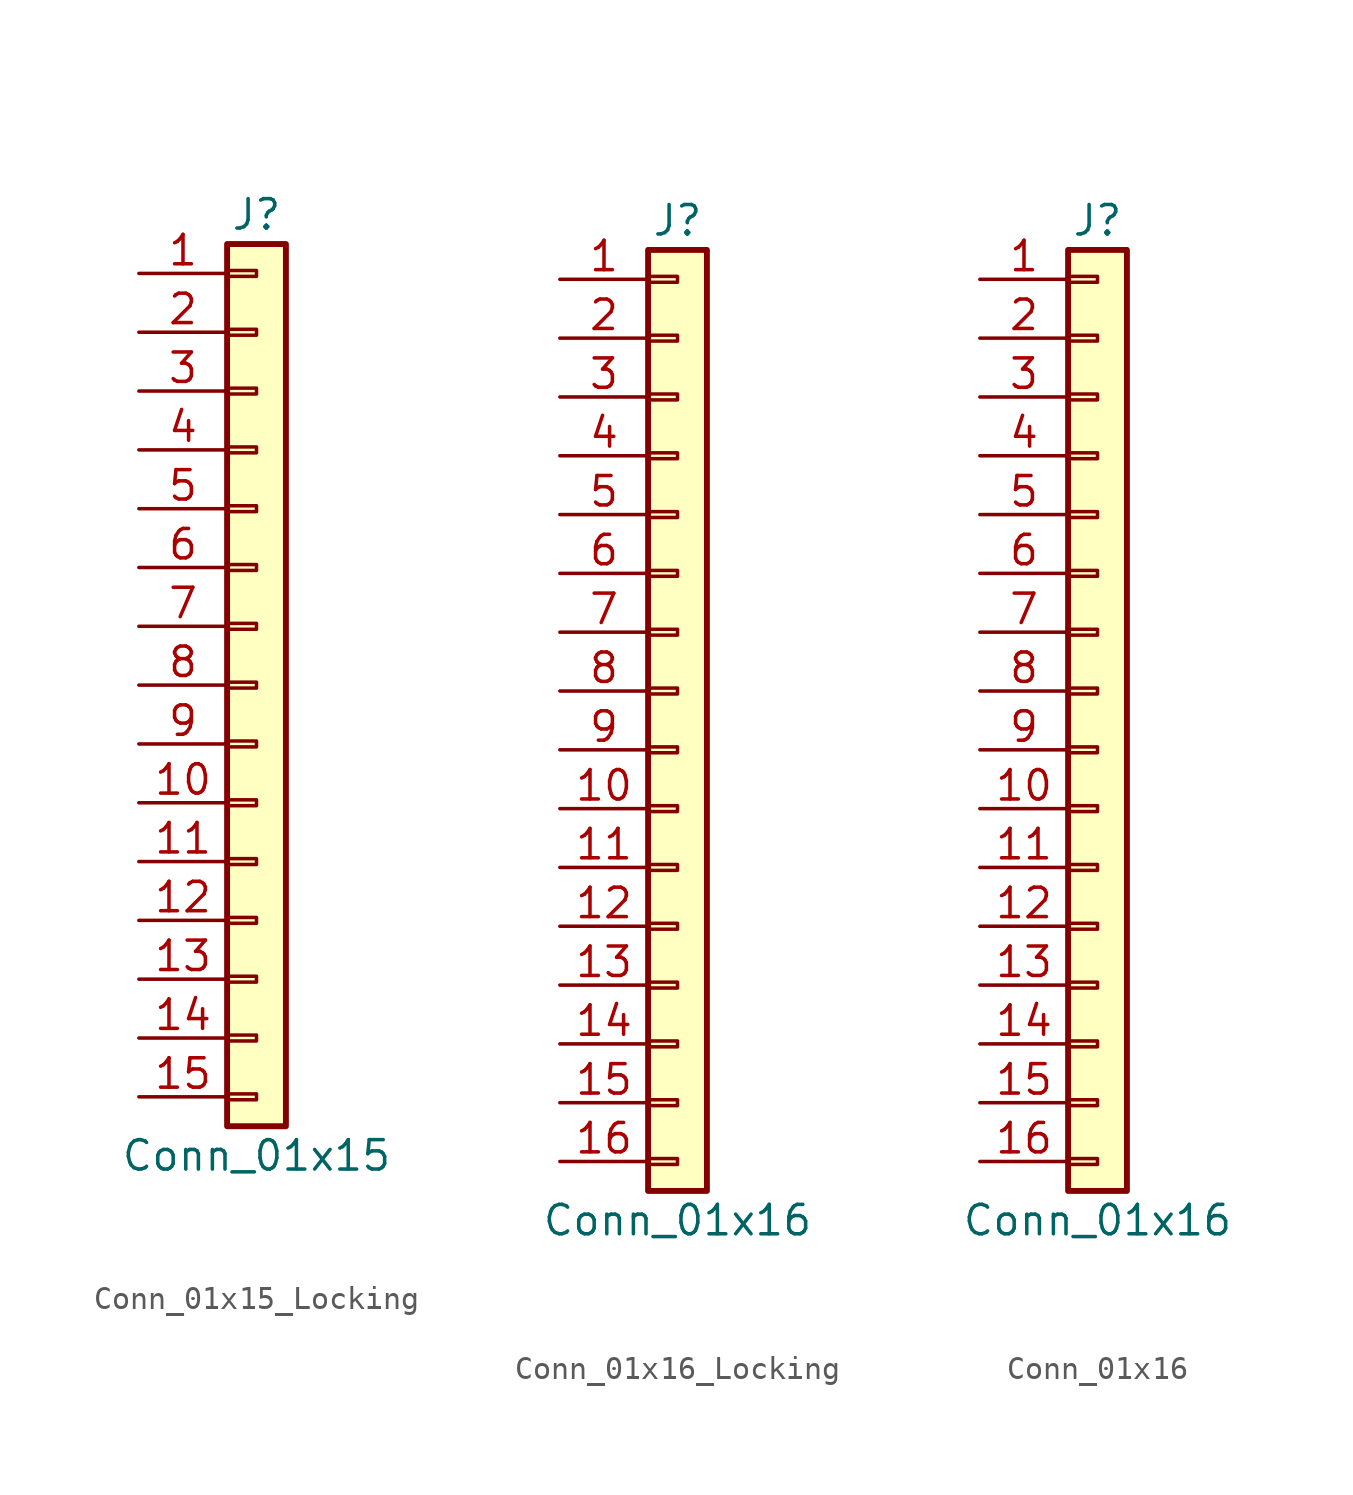
<source format=kicad_sym>
(kicad_symbol_lib
  (version 20241209)
  (generator "kicad_symbol_editor")
  (generator_version "9.0")
  (symbol "Conn_01x15_Locking"
    (pin_names
      (offset 1.016)
      (hide yes))
    (property "Reference" "J"
      (at 0 20.32 0)
      (effects (font (size 1.27 1.27))))
    (property "Value" "Conn_01x15"
      (at 0 -20.32 0)
      (effects (font (size 1.27 1.27))))
    (symbol "Conn_01x15_Locking_1_1"
      (rectangle (start -1.27 19.05) (end 1.27 -19.05) (stroke (width 0.254) (type default)) (fill (type background)))
      (rectangle (start -1.27 17.907) (end 0 17.653) (stroke (width 0.152) (type default)) (fill (type none)))
      (rectangle (start -1.27 15.367) (end 0 15.113) (stroke (width 0.152) (type default)) (fill (type none)))
      (rectangle (start -1.27 12.827) (end 0 12.573) (stroke (width 0.152) (type default)) (fill (type none)))
      (rectangle (start -1.27 10.287) (end 0 10.033) (stroke (width 0.152) (type default)) (fill (type none)))
      (rectangle (start -1.27 7.747) (end 0 7.493) (stroke (width 0.152) (type default)) (fill (type none)))
      (rectangle (start -1.27 5.207) (end 0 4.953) (stroke (width 0.152) (type default)) (fill (type none)))
      (rectangle (start -1.27 2.667) (end 0 2.413) (stroke (width 0.152) (type default)) (fill (type none)))
      (rectangle (start -1.27 0.127) (end 0 -0.127) (stroke (width 0.152) (type default)) (fill (type none)))
      (rectangle (start -1.27 -2.413) (end 0 -2.667) (stroke (width 0.152) (type default)) (fill (type none)))
      (rectangle (start -1.27 -4.953) (end 0 -5.207) (stroke (width 0.152) (type default)) (fill (type none)))
      (rectangle (start -1.27 -7.493) (end 0 -7.747) (stroke (width 0.152) (type default)) (fill (type none)))
      (rectangle (start -1.27 -10.033) (end 0 -10.287) (stroke (width 0.152) (type default)) (fill (type none)))
      (rectangle (start -1.27 -12.573) (end 0 -12.827) (stroke (width 0.152) (type default)) (fill (type none)))
      (rectangle (start -1.27 -15.113) (end 0 -15.367) (stroke (width 0.152) (type default)) (fill (type none)))
      (rectangle (start -1.27 -17.653) (end 0 -17.907) (stroke (width 0.152) (type default)) (fill (type none)))
      (pin passive line (at -5.08 17.78 0) (length 3.81) (name "Pin_1" (effects (font (size 1.27 1.27)))) (number "1" (effects (font (size 1.27 1.27)))))
      (pin passive line (at -5.08 15.24 0) (length 3.81) (name "Pin_2" (effects (font (size 1.27 1.27)))) (number "2" (effects (font (size 1.27 1.27)))))
      (pin passive line (at -5.08 12.7 0) (length 3.81) (name "Pin_3" (effects (font (size 1.27 1.27)))) (number "3" (effects (font (size 1.27 1.27)))))
      (pin passive line (at -5.08 10.16 0) (length 3.81) (name "Pin_4" (effects (font (size 1.27 1.27)))) (number "4" (effects (font (size 1.27 1.27)))))
      (pin passive line (at -5.08 7.62 0) (length 3.81) (name "Pin_5" (effects (font (size 1.27 1.27)))) (number "5" (effects (font (size 1.27 1.27)))))
      (pin passive line (at -5.08 5.08 0) (length 3.81) (name "Pin_6" (effects (font (size 1.27 1.27)))) (number "6" (effects (font (size 1.27 1.27)))))
      (pin passive line (at -5.08 2.54 0) (length 3.81) (name "Pin_7" (effects (font (size 1.27 1.27)))) (number "7" (effects (font (size 1.27 1.27)))))
      (pin passive line (at -5.08 0 0) (length 3.81) (name "Pin_8" (effects (font (size 1.27 1.27)))) (number "8" (effects (font (size 1.27 1.27)))))
      (pin passive line (at -5.08 -2.54 0) (length 3.81) (name "Pin_9" (effects (font (size 1.27 1.27)))) (number "9" (effects (font (size 1.27 1.27)))))
      (pin passive line (at -5.08 -5.08 0) (length 3.81) (name "Pin_10" (effects (font (size 1.27 1.27)))) (number "10" (effects (font (size 1.27 1.27)))))
      (pin passive line (at -5.08 -7.62 0) (length 3.81) (name "Pin_11" (effects (font (size 1.27 1.27)))) (number "11" (effects (font (size 1.27 1.27)))))
      (pin passive line (at -5.08 -10.16 0) (length 3.81) (name "Pin_12" (effects (font (size 1.27 1.27)))) (number "12" (effects (font (size 1.27 1.27)))))
      (pin passive line (at -5.08 -12.7 0) (length 3.81) (name "Pin_13" (effects (font (size 1.27 1.27)))) (number "13" (effects (font (size 1.27 1.27)))))
      (pin passive line (at -5.08 -15.24 0) (length 3.81) (name "Pin_14" (effects (font (size 1.27 1.27)))) (number "14" (effects (font (size 1.27 1.27)))))
      (pin passive line (at -5.08 -17.78 0) (length 3.81) (name "Pin_15" (effects (font (size 1.27 1.27)))) (number "15" (effects (font (size 1.27 1.27)))))))
  (symbol "Conn_01x16_Locking"
    (pin_names
      (offset 1.016)
      (hide yes))
    (property "Reference" "J"
      (at 0 20.32 0)
      (effects (font (size 1.27 1.27))))
    (property "Value" "Conn_01x16"
      (at 0 -22.86 0)
      (effects (font (size 1.27 1.27))))
    (symbol "Conn_01x16_Locking_1_1"
      (rectangle (start -1.27 19.05) (end 1.27 -21.59) (stroke (width 0.254) (type default)) (fill (type background)))
      (rectangle (start -1.27 17.907) (end 0 17.653) (stroke (width 0.152) (type default)) (fill (type none)))
      (rectangle (start -1.27 15.367) (end 0 15.113) (stroke (width 0.152) (type default)) (fill (type none)))
      (rectangle (start -1.27 12.827) (end 0 12.573) (stroke (width 0.152) (type default)) (fill (type none)))
      (rectangle (start -1.27 10.287) (end 0 10.033) (stroke (width 0.152) (type default)) (fill (type none)))
      (rectangle (start -1.27 7.747) (end 0 7.493) (stroke (width 0.152) (type default)) (fill (type none)))
      (rectangle (start -1.27 5.207) (end 0 4.953) (stroke (width 0.152) (type default)) (fill (type none)))
      (rectangle (start -1.27 2.667) (end 0 2.413) (stroke (width 0.152) (type default)) (fill (type none)))
      (rectangle (start -1.27 0.127) (end 0 -0.127) (stroke (width 0.152) (type default)) (fill (type none)))
      (rectangle (start -1.27 -2.413) (end 0 -2.667) (stroke (width 0.152) (type default)) (fill (type none)))
      (rectangle (start -1.27 -4.953) (end 0 -5.207) (stroke (width 0.152) (type default)) (fill (type none)))
      (rectangle (start -1.27 -7.493) (end 0 -7.747) (stroke (width 0.152) (type default)) (fill (type none)))
      (rectangle (start -1.27 -10.033) (end 0 -10.287) (stroke (width 0.152) (type default)) (fill (type none)))
      (rectangle (start -1.27 -12.573) (end 0 -12.827) (stroke (width 0.152) (type default)) (fill (type none)))
      (rectangle (start -1.27 -15.113) (end 0 -15.367) (stroke (width 0.152) (type default)) (fill (type none)))
      (rectangle (start -1.27 -17.653) (end 0 -17.907) (stroke (width 0.152) (type default)) (fill (type none)))
      (rectangle (start -1.27 -20.193) (end 0 -20.447) (stroke (width 0.152) (type default)) (fill (type none)))
      (pin passive line (at -5.08 17.78 0) (length 3.81) (name "Pin_1" (effects (font (size 1.27 1.27)))) (number "1" (effects (font (size 1.27 1.27)))))
      (pin passive line (at -5.08 15.24 0) (length 3.81) (name "Pin_2" (effects (font (size 1.27 1.27)))) (number "2" (effects (font (size 1.27 1.27)))))
      (pin passive line (at -5.08 12.7 0) (length 3.81) (name "Pin_3" (effects (font (size 1.27 1.27)))) (number "3" (effects (font (size 1.27 1.27)))))
      (pin passive line (at -5.08 10.16 0) (length 3.81) (name "Pin_4" (effects (font (size 1.27 1.27)))) (number "4" (effects (font (size 1.27 1.27)))))
      (pin passive line (at -5.08 7.62 0) (length 3.81) (name "Pin_5" (effects (font (size 1.27 1.27)))) (number "5" (effects (font (size 1.27 1.27)))))
      (pin passive line (at -5.08 5.08 0) (length 3.81) (name "Pin_6" (effects (font (size 1.27 1.27)))) (number "6" (effects (font (size 1.27 1.27)))))
      (pin passive line (at -5.08 2.54 0) (length 3.81) (name "Pin_7" (effects (font (size 1.27 1.27)))) (number "7" (effects (font (size 1.27 1.27)))))
      (pin passive line (at -5.08 0 0) (length 3.81) (name "Pin_8" (effects (font (size 1.27 1.27)))) (number "8" (effects (font (size 1.27 1.27)))))
      (pin passive line (at -5.08 -2.54 0) (length 3.81) (name "Pin_9" (effects (font (size 1.27 1.27)))) (number "9" (effects (font (size 1.27 1.27)))))
      (pin passive line (at -5.08 -5.08 0) (length 3.81) (name "Pin_10" (effects (font (size 1.27 1.27)))) (number "10" (effects (font (size 1.27 1.27)))))
      (pin passive line (at -5.08 -7.62 0) (length 3.81) (name "Pin_11" (effects (font (size 1.27 1.27)))) (number "11" (effects (font (size 1.27 1.27)))))
      (pin passive line (at -5.08 -10.16 0) (length 3.81) (name "Pin_12" (effects (font (size 1.27 1.27)))) (number "12" (effects (font (size 1.27 1.27)))))
      (pin passive line (at -5.08 -12.7 0) (length 3.81) (name "Pin_13" (effects (font (size 1.27 1.27)))) (number "13" (effects (font (size 1.27 1.27)))))
      (pin passive line (at -5.08 -15.24 0) (length 3.81) (name "Pin_14" (effects (font (size 1.27 1.27)))) (number "14" (effects (font (size 1.27 1.27)))))
      (pin passive line (at -5.08 -17.78 0) (length 3.81) (name "Pin_15" (effects (font (size 1.27 1.27)))) (number "15" (effects (font (size 1.27 1.27)))))
      (pin passive line (at -5.08 -20.32 0) (length 3.81) (name "Pin_16" (effects (font (size 1.27 1.27)))) (number "16" (effects (font (size 1.27 1.27)))))))
  (symbol "Conn_01x16"
    (pin_names
      (offset 1.016)
      (hide yes))
    (property "Reference" "J"
      (at 0 20.32 0)
      (effects (font (size 1.27 1.27))))
    (property "Value" "Conn_01x16"
      (at 0 -22.86 0)
      (effects (font (size 1.27 1.27))))
    (symbol "Conn_01x16_1_1"
      (rectangle (start -1.27 19.05) (end 1.27 -21.59) (stroke (width 0.254) (type default)) (fill (type background)))
      (rectangle (start -1.27 17.907) (end 0 17.653) (stroke (width 0.152) (type default)) (fill (type none)))
      (rectangle (start -1.27 15.367) (end 0 15.113) (stroke (width 0.152) (type default)) (fill (type none)))
      (rectangle (start -1.27 12.827) (end 0 12.573) (stroke (width 0.152) (type default)) (fill (type none)))
      (rectangle (start -1.27 10.287) (end 0 10.033) (stroke (width 0.152) (type default)) (fill (type none)))
      (rectangle (start -1.27 7.747) (end 0 7.493) (stroke (width 0.152) (type default)) (fill (type none)))
      (rectangle (start -1.27 5.207) (end 0 4.953) (stroke (width 0.152) (type default)) (fill (type none)))
      (rectangle (start -1.27 2.667) (end 0 2.413) (stroke (width 0.152) (type default)) (fill (type none)))
      (rectangle (start -1.27 0.127) (end 0 -0.127) (stroke (width 0.152) (type default)) (fill (type none)))
      (rectangle (start -1.27 -2.413) (end 0 -2.667) (stroke (width 0.152) (type default)) (fill (type none)))
      (rectangle (start -1.27 -4.953) (end 0 -5.207) (stroke (width 0.152) (type default)) (fill (type none)))
      (rectangle (start -1.27 -7.493) (end 0 -7.747) (stroke (width 0.152) (type default)) (fill (type none)))
      (rectangle (start -1.27 -10.033) (end 0 -10.287) (stroke (width 0.152) (type default)) (fill (type none)))
      (rectangle (start -1.27 -12.573) (end 0 -12.827) (stroke (width 0.152) (type default)) (fill (type none)))
      (rectangle (start -1.27 -15.113) (end 0 -15.367) (stroke (width 0.152) (type default)) (fill (type none)))
      (rectangle (start -1.27 -17.653) (end 0 -17.907) (stroke (width 0.152) (type default)) (fill (type none)))
      (rectangle (start -1.27 -20.193) (end 0 -20.447) (stroke (width 0.152) (type default)) (fill (type none)))
      (pin passive line (at -5.08 17.78 0) (length 3.81) (name "Pin_1" (effects (font (size 1.27 1.27)))) (number "1" (effects (font (size 1.27 1.27)))))
      (pin passive line (at -5.08 15.24 0) (length 3.81) (name "Pin_2" (effects (font (size 1.27 1.27)))) (number "2" (effects (font (size 1.27 1.27)))))
      (pin passive line (at -5.08 12.7 0) (length 3.81) (name "Pin_3" (effects (font (size 1.27 1.27)))) (number "3" (effects (font (size 1.27 1.27)))))
      (pin passive line (at -5.08 10.16 0) (length 3.81) (name "Pin_4" (effects (font (size 1.27 1.27)))) (number "4" (effects (font (size 1.27 1.27)))))
      (pin passive line (at -5.08 7.62 0) (length 3.81) (name "Pin_5" (effects (font (size 1.27 1.27)))) (number "5" (effects (font (size 1.27 1.27)))))
      (pin passive line (at -5.08 5.08 0) (length 3.81) (name "Pin_6" (effects (font (size 1.27 1.27)))) (number "6" (effects (font (size 1.27 1.27)))))
      (pin passive line (at -5.08 2.54 0) (length 3.81) (name "Pin_7" (effects (font (size 1.27 1.27)))) (number "7" (effects (font (size 1.27 1.27)))))
      (pin passive line (at -5.08 0 0) (length 3.81) (name "Pin_8" (effects (font (size 1.27 1.27)))) (number "8" (effects (font (size 1.27 1.27)))))
      (pin passive line (at -5.08 -2.54 0) (length 3.81) (name "Pin_9" (effects (font (size 1.27 1.27)))) (number "9" (effects (font (size 1.27 1.27)))))
      (pin passive line (at -5.08 -5.08 0) (length 3.81) (name "Pin_10" (effects (font (size 1.27 1.27)))) (number "10" (effects (font (size 1.27 1.27)))))
      (pin passive line (at -5.08 -7.62 0) (length 3.81) (name "Pin_11" (effects (font (size 1.27 1.27)))) (number "11" (effects (font (size 1.27 1.27)))))
      (pin passive line (at -5.08 -10.16 0) (length 3.81) (name "Pin_12" (effects (font (size 1.27 1.27)))) (number "12" (effects (font (size 1.27 1.27)))))
      (pin passive line (at -5.08 -12.7 0) (length 3.81) (name "Pin_13" (effects (font (size 1.27 1.27)))) (number "13" (effects (font (size 1.27 1.27)))))
      (pin passive line (at -5.08 -15.24 0) (length 3.81) (name "Pin_14" (effects (font (size 1.27 1.27)))) (number "14" (effects (font (size 1.27 1.27)))))
      (pin passive line (at -5.08 -17.78 0) (length 3.81) (name "Pin_15" (effects (font (size 1.27 1.27)))) (number "15" (effects (font (size 1.27 1.27)))))
      (pin passive line (at -5.08 -20.32 0) (length 3.81) (name "Pin_16" (effects (font (size 1.27 1.27)))) (number "16" (effects (font (size 1.27 1.27))))))))
</source>
